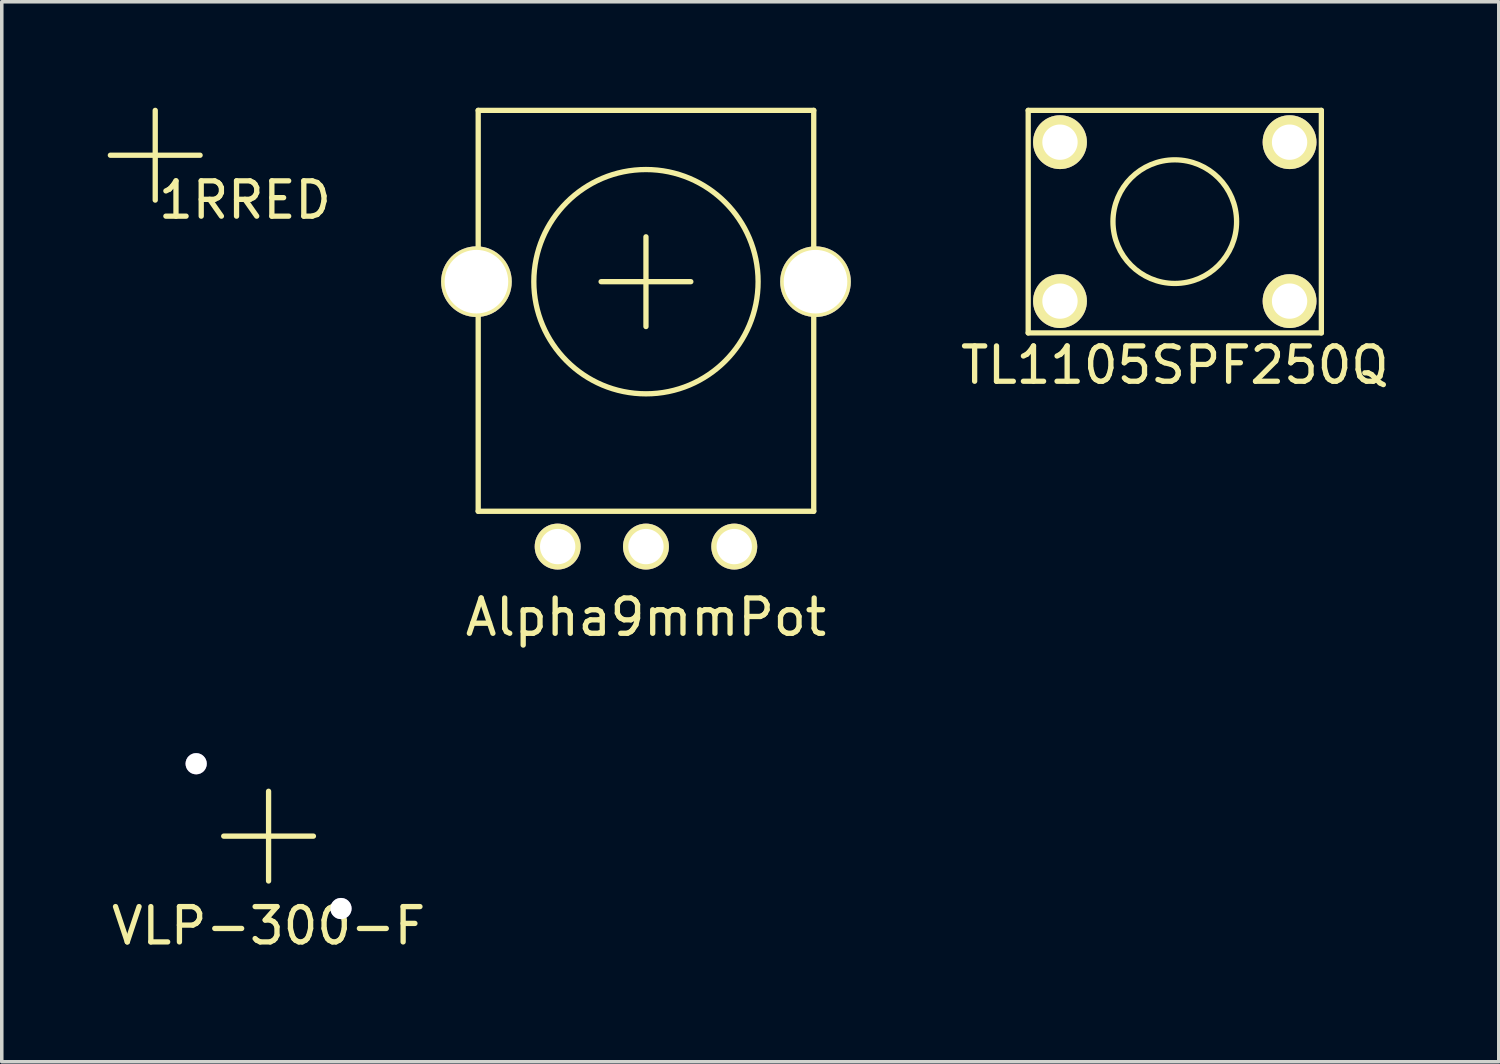
<source format=kicad_pcb>
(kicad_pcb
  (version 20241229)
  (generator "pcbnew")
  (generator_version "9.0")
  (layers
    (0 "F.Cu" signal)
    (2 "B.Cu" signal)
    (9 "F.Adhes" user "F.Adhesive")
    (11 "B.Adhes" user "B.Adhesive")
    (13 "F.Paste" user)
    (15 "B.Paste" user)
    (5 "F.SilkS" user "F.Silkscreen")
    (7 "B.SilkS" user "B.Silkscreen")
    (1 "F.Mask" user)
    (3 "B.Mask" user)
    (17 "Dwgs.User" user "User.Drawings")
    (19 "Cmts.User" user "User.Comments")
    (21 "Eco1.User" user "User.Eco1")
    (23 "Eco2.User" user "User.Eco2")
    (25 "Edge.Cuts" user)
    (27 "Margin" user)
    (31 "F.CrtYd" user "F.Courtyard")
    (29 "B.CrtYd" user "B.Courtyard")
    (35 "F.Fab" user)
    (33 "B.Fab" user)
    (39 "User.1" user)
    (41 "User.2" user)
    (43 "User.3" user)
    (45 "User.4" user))
  (footprint "1RRED"
    (layer "F.Cu")
    (at 1.345 1.345)
    (property "Reference" "1RRED" (at 2.54 1.27 0) (layer "F.SilkS") (effects (font (size 1 1) (thickness 0.15))))
    (attr through_hole)
    (fp_line (start -1.27 0) (end 1.27 0) (stroke (width 0.15) (type solid)) (layer "F.SilkS"))
    (fp_line (start 0 -1.27) (end 0 1.27) (stroke (width 0.15) (type solid)) (layer "F.SilkS")))
  (footprint "Alpha9mmPot"
    (layer "F.Cu")
    (at 15.239 4.925)
    (property "Reference" "Alpha9mmPot" (at 0 9.5 0) (layer "F.SilkS") (effects (font (size 1 1) (thickness 0.15))))
    (attr through_hole)
    (fp_line (start -4.75 -4.85) (end -4.75 6.5) (stroke (width 0.15) (type solid)) (layer "F.SilkS"))
    (fp_line (start -4.75 -4.85) (end 4.75 -4.85) (stroke (width 0.15) (type solid)) (layer "F.SilkS"))
    (fp_line (start -4.75 6.5) (end 4.75 6.5) (stroke (width 0.15) (type solid)) (layer "F.SilkS"))
    (fp_line (start -1.27 0) (end 1.27 0) (stroke (width 0.15) (type solid)) (layer "F.SilkS"))
    (fp_line (start 0 -1.27) (end 0 1.27) (stroke (width 0.15) (type solid)) (layer "F.SilkS"))
    (fp_line (start 4.75 -4.85) (end 4.75 6.5) (stroke (width 0.15) (type solid)) (layer "F.SilkS"))
    (fp_circle (center 0 0) (end 3.175 0) (stroke (width 0.15) (type solid)) (fill no) (layer "F.SilkS"))
    (pad "" thru_hole circle (at -4.8 0) (size 2 2) (drill 1.8) (layers "*.Cu" "*.Mask" "F.SilkS"))
    (pad "" thru_hole circle (at 4.8 0) (size 2 2) (drill 1.8) (layers "*.Cu" "*.Mask" "F.SilkS"))
    (pad "1" thru_hole circle (at -2.5 7.5) (size 1.3 1.3) (drill 1) (layers "*.Cu" "*.Mask" "F.SilkS"))
    (pad "2" thru_hole circle (at 0 7.5) (size 1.3 1.3) (drill 1) (layers "*.Cu" "*.Mask" "F.SilkS"))
    (pad "3" thru_hole circle (at 2.5 7.5) (size 1.3 1.3) (drill 1) (layers "*.Cu" "*.Mask" "F.SilkS")))
  (footprint "TL1105SPF250Q"
    (layer "F.Cu")
    (at 30.211 3.225)
    (property "Reference" "TL1105SPF250Q" (at 0 4.064 0) (layer "F.SilkS") (effects (font (size 1 1) (thickness 0.15))))
    (attr through_hole)
    (fp_line (start -4.15 -3.15) (end -4.15 3.15) (stroke (width 0.15) (type solid)) (layer "F.SilkS"))
    (fp_line (start -4.15 -3.15) (end 4.15 -3.15) (stroke (width 0.15) (type solid)) (layer "F.SilkS"))
    (fp_line (start -4.15 3.15) (end 4.15 3.15) (stroke (width 0.15) (type solid)) (layer "F.SilkS"))
    (fp_line (start 4.15 -3.15) (end 4.15 3.15) (stroke (width 0.15) (type solid)) (layer "F.SilkS"))
    (fp_circle (center 0 0) (end 1.75 0) (stroke (width 0.15) (type solid)) (fill no) (layer "F.SilkS"))
    (pad "1" thru_hole circle (at -3.25 2.25) (size 1.524 1.524) (drill 1) (layers "*.Cu" "*.Mask" "F.SilkS"))
    (pad "2" thru_hole circle (at 3.25 2.25) (size 1.524 1.524) (drill 1) (layers "*.Cu" "*.Mask" "F.SilkS"))
    (pad "3" thru_hole circle (at -3.25 -2.25) (size 1.524 1.524) (drill 1) (layers "*.Cu" "*.Mask" "F.SilkS"))
    (pad "4" thru_hole circle (at 3.25 -2.25) (size 1.524 1.524) (drill 1) (layers "*.Cu" "*.Mask" "F.SilkS")))
  (footprint "VLP-300-F"
    (layer "F.Cu")
    (at 4.554 20.623)
    (property "Reference" "VLP-300-F" (at 0 2.54 0) (layer "F.SilkS") (effects (font (size 1 1) (thickness 0.15))))
    (attr through_hole)
    (fp_line (start -1.27 0) (end 1.27 0) (stroke (width 0.15) (type solid)) (layer "F.SilkS"))
    (fp_line (start 0 -1.27) (end 0 1.27) (stroke (width 0.15) (type solid)) (layer "F.SilkS"))
    (pad "" thru_hole circle (at -2.05 -2.05) (size 0.6 0.6) (drill 0.6) (layers "*.Cu" "*.Mask"))
    (pad "" thru_hole circle (at 2.05 2.05) (size 0.6 0.6) (drill 0.6) (layers "*.Cu" "*.Mask")))
  (gr_rect
    (start -3 -3)
    (end 39.384 27.012)
    (stroke (width 0.1) (type default))
    (fill no)
    (layer "Edge.Cuts")))
</source>
